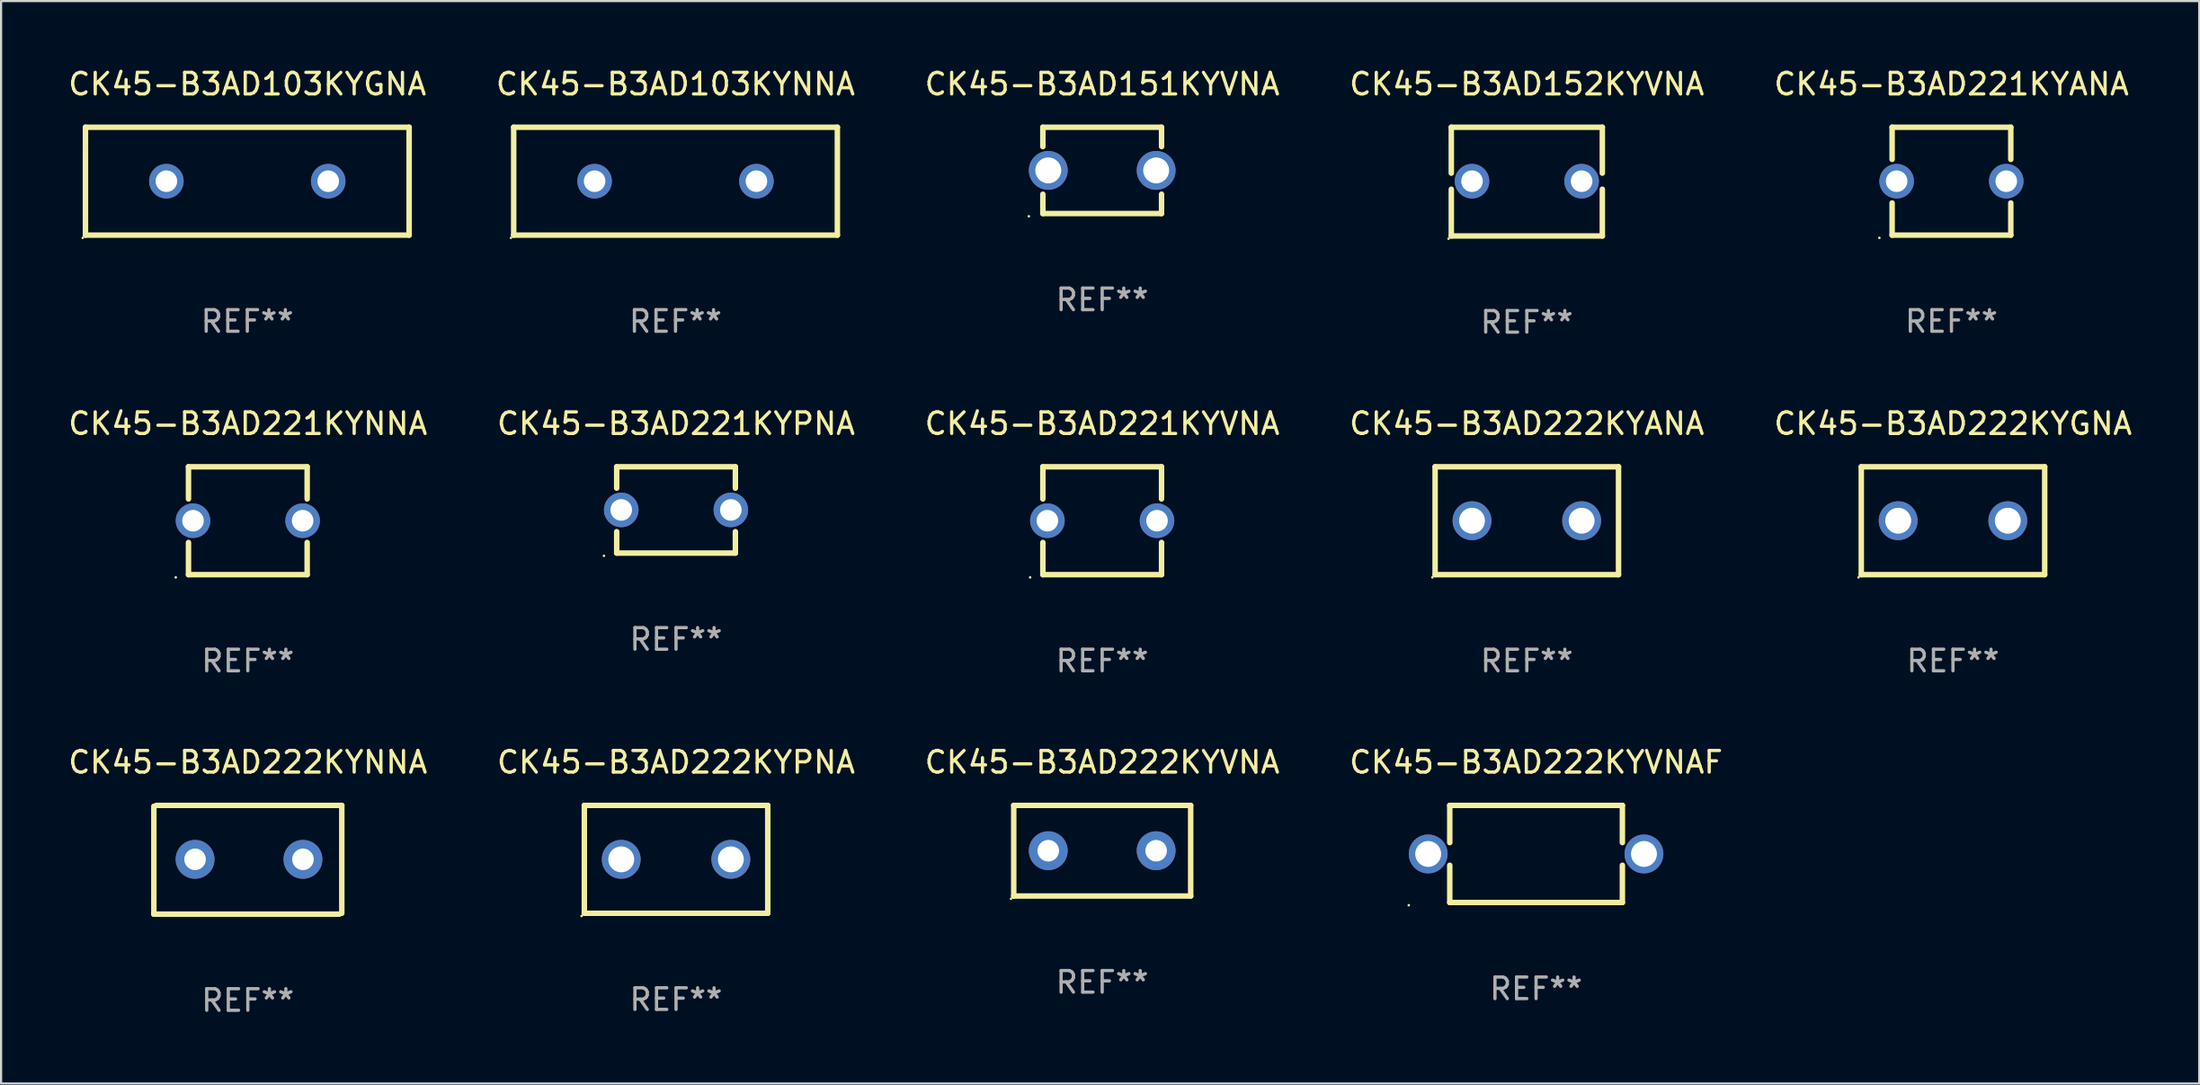
<source format=kicad_pcb>
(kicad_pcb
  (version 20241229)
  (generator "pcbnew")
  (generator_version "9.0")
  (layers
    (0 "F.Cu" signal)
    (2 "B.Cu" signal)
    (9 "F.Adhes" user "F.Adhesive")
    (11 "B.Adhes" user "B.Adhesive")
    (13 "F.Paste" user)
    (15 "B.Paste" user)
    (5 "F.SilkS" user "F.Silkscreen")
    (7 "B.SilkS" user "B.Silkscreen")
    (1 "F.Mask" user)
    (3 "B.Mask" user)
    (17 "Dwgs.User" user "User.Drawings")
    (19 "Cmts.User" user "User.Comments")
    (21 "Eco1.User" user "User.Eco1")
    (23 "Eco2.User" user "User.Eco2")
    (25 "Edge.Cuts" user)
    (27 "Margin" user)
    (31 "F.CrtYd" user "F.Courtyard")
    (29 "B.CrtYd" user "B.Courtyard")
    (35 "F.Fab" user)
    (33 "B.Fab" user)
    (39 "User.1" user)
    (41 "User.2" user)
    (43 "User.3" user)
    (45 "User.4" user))
  (footprint "CK45-B3AD222KYPNA"
    (layer "F.Cu")
    (at 28.28 36.781)
    (property "Reference" "CK45-B3AD222KYPNA" (at 0 -4.5 0) (layer "F.SilkS") (effects (font (size 1 1) (thickness 0.15))))
    (attr through_hole)
    (fp_line (start -4.25 -2.5) (end 4.25 -2.5) (stroke (width 0.254) (type solid)) (layer "F.SilkS"))
    (fp_line (start -4.25 2.5) (end -4.25 -2.5) (stroke (width 0.254) (type solid)) (layer "F.SilkS"))
    (fp_line (start 4.25 -2.5) (end 4.25 2.5) (stroke (width 0.254) (type solid)) (layer "F.SilkS"))
    (fp_line (start 4.25 2.5) (end -4.25 2.5) (stroke (width 0.254) (type solid)) (layer "F.SilkS"))
    (fp_circle (center -4.377 2.627) (end -4.347 2.627) (stroke (width 0.06) (type solid)) (fill no) (layer "F.SilkS"))
    (fp_text user "REF**" (at 0 6.5 0) (layer "F.Fab") (effects (font (size 1 1) (thickness 0.15))))
    (pad "1" thru_hole circle (at -2.54 0) (size 1.8 1.8) (drill 1.2) (layers "*.Cu" "*.Mask"))
    (pad "2" thru_hole circle (at 2.54 0) (size 1.8 1.8) (drill 1.2) (layers "*.Cu" "*.Mask")))
  (footprint "CK45-B3AD222KYVNAF"
    (layer "F.Cu")
    (at 68.137 36.531)
    (property "Reference" "CK45-B3AD222KYVNAF" (at 0 -4.25 0) (layer "F.SilkS") (effects (font (size 1 1) (thickness 0.15))))
    (attr through_hole)
    (fp_line (start -4 -2.25) (end -4 -0.526) (stroke (width 0.254) (type solid)) (layer "F.SilkS"))
    (fp_line (start -4 -2.25) (end 4 -2.25) (stroke (width 0.254) (type solid)) (layer "F.SilkS"))
    (fp_line (start -4 0.526) (end -4 2.25) (stroke (width 0.254) (type solid)) (layer "F.SilkS"))
    (fp_line (start 4 -2.25) (end 4 -0.526) (stroke (width 0.254) (type solid)) (layer "F.SilkS"))
    (fp_line (start 4 0.526) (end 4 2.25) (stroke (width 0.254) (type solid)) (layer "F.SilkS"))
    (fp_line (start 4 2.25) (end -4 2.25) (stroke (width 0.254) (type solid)) (layer "F.SilkS"))
    (fp_circle (center -5.9 2.377) (end -5.87 2.377) (stroke (width 0.06) (type solid)) (fill no) (layer "F.SilkS"))
    (fp_text user "REF**" (at 0 6.25 0) (layer "F.Fab") (effects (font (size 1 1) (thickness 0.15))))
    (pad "1" thru_hole circle (at -5 0) (size 1.8 1.8) (drill 1.2) (layers "*.Cu" "*.Mask"))
    (pad "2" thru_hole circle (at 5 0) (size 1.8 1.8) (drill 1.2) (layers "*.Cu" "*.Mask")))
  (footprint "CK45-B3AD221KYPNA"
    (layer "F.Cu")
    (at 28.28 20.585)
    (property "Reference" "CK45-B3AD221KYPNA" (at 0 -4 0) (layer "F.SilkS") (effects (font (size 1 1) (thickness 0.15))))
    (attr through_hole)
    (fp_line (start -2.75 -2) (end -2.75 -1.009) (stroke (width 0.254) (type solid)) (layer "F.SilkS"))
    (fp_line (start -2.75 -2) (end 2.75 -2) (stroke (width 0.254) (type solid)) (layer "F.SilkS"))
    (fp_line (start -2.75 1.009) (end -2.75 2) (stroke (width 0.254) (type solid)) (layer "F.SilkS"))
    (fp_line (start 2.75 2) (end -2.75 2) (stroke (width 0.254) (type solid)) (layer "F.SilkS"))
    (fp_line (start 2.75 -2) (end 2.75 -1.009) (stroke (width 0.254) (type solid)) (layer "F.SilkS"))
    (fp_line (start 2.75 1.009) (end 2.75 2) (stroke (width 0.254) (type solid)) (layer "F.SilkS"))
    (fp_circle (center -3.34 2.127) (end -3.31 2.127) (stroke (width 0.06) (type solid)) (fill no) (layer "F.SilkS"))
    (fp_text user "REF**" (at 0 6 0) (layer "F.Fab") (effects (font (size 1 1) (thickness 0.15))))
    (pad "1" thru_hole circle (at -2.54 0) (size 1.6 1.6) (drill 1) (layers "*.Cu" "*.Mask"))
    (pad "2" thru_hole circle (at 2.54 0) (size 1.6 1.6) (drill 1) (layers "*.Cu" "*.Mask")))
  (footprint "CK45-B3AD222KYNNA"
    (layer "F.Cu")
    (at 8.435 36.801)
    (property "Reference" "CK45-B3AD222KYNNA" (at 0 -4.52 0) (layer "F.SilkS") (effects (font (size 1 1) (thickness 0.15))))
    (attr through_hole)
    (fp_line (start -4.355 2.52) (end -4.355 -2.48) (stroke (width 0.254) (type solid)) (layer "F.SilkS"))
    (fp_line (start -4.246 -2.52) (end 4.355 -2.52) (stroke (width 0.254) (type solid)) (layer "F.SilkS"))
    (fp_line (start 4.246 2.52) (end -4.355 2.52) (stroke (width 0.254) (type solid)) (layer "F.SilkS"))
    (fp_line (start 4.355 -2.52) (end 4.355 2.48) (stroke (width 0.254) (type solid)) (layer "F.SilkS"))
    (fp_circle (center -4.195 2.48) (end -4.165 2.48) (stroke (width 0.06) (type solid)) (fill no) (layer "F.SilkS"))
    (fp_text user "REF**" (at 0 6.52 0) (layer "F.Fab") (effects (font (size 1 1) (thickness 0.15))))
    (pad "1" thru_hole circle (at -2.445 -0.02) (size 1.8 1.8) (drill 1) (layers "*.Cu" "*.Mask"))
    (pad "2" thru_hole circle (at 2.555 -0.02) (size 1.8 1.8) (drill 1) (layers "*.Cu" "*.Mask")))
  (footprint "CK45-B3AD103KYGNA"
    (layer "F.Cu")
    (at 8.411 5.348)
    (property "Reference" "CK45-B3AD103KYGNA" (at 0 -4.5 0) (layer "F.SilkS") (effects (font (size 1 1) (thickness 0.15))))
    (attr through_hole)
    (fp_line (start -7.5 -2.5) (end 7.5 -2.5) (stroke (width 0.254) (type solid)) (layer "F.SilkS"))
    (fp_line (start -7.5 2.5) (end -7.5 -2.5) (stroke (width 0.254) (type solid)) (layer "F.SilkS"))
    (fp_line (start 7.5 -2.5) (end 7.5 2.5) (stroke (width 0.254) (type solid)) (layer "F.SilkS"))
    (fp_line (start 7.5 2.5) (end -7.5 2.5) (stroke (width 0.254) (type solid)) (layer "F.SilkS"))
    (fp_circle (center -7.627 2.627) (end -7.597 2.627) (stroke (width 0.06) (type solid)) (fill no) (layer "F.SilkS"))
    (fp_text user "REF**" (at 0 6.5 0) (layer "F.Fab") (effects (font (size 1 1) (thickness 0.15))))
    (pad "1" thru_hole circle (at -3.75 0) (size 1.6 1.6) (drill 1) (layers "*.Cu" "*.Mask"))
    (pad "2" thru_hole circle (at 3.75 0) (size 1.6 1.6) (drill 1) (layers "*.Cu" "*.Mask")))
  (footprint "CK45-B3AD221KYANA"
    (layer "F.Cu")
    (at 87.387 5.348)
    (property "Reference" "CK45-B3AD221KYANA" (at 0 -4.5 0) (layer "F.SilkS") (effects (font (size 1 1) (thickness 0.15))))
    (attr through_hole)
    (fp_line (start -2.75 -2.5) (end 2.75 -2.5) (stroke (width 0.254) (type solid)) (layer "F.SilkS"))
    (fp_line (start -2.75 -1.009) (end -2.75 -2.5) (stroke (width 0.254) (type solid)) (layer "F.SilkS"))
    (fp_line (start -2.75 2.5) (end -2.75 1.009) (stroke (width 0.254) (type solid)) (layer "F.SilkS"))
    (fp_line (start 2.75 -2.5) (end 2.75 -1.009) (stroke (width 0.254) (type solid)) (layer "F.SilkS"))
    (fp_line (start 2.75 1.009) (end 2.75 2.5) (stroke (width 0.254) (type solid)) (layer "F.SilkS"))
    (fp_line (start 2.75 2.5) (end -2.75 2.5) (stroke (width 0.254) (type solid)) (layer "F.SilkS"))
    (fp_circle (center -3.34 2.627) (end -3.31 2.627) (stroke (width 0.06) (type solid)) (fill no) (layer "F.SilkS"))
    (fp_text user "REF**" (at 0 6.5 0) (layer "F.Fab") (effects (font (size 1 1) (thickness 0.15))))
    (pad "1" thru_hole circle (at -2.54 0) (size 1.6 1.6) (drill 1) (layers "*.Cu" "*.Mask"))
    (pad "2" thru_hole circle (at 2.54 0) (size 1.6 1.6) (drill 1) (layers "*.Cu" "*.Mask")))
  (footprint "CK45-B3AD103KYNNA"
    (layer "F.Cu")
    (at 28.256 5.348)
    (property "Reference" "CK45-B3AD103KYNNA" (at 0 -4.5 0) (layer "F.SilkS") (effects (font (size 1 1) (thickness 0.15))))
    (attr through_hole)
    (fp_line (start -7.5 -2.5) (end 7.5 -2.5) (stroke (width 0.254) (type solid)) (layer "F.SilkS"))
    (fp_line (start -7.5 2.5) (end -7.5 -2.5) (stroke (width 0.254) (type solid)) (layer "F.SilkS"))
    (fp_line (start 7.5 -2.5) (end 7.5 2.5) (stroke (width 0.254) (type solid)) (layer "F.SilkS"))
    (fp_line (start 7.5 2.5) (end -7.5 2.5) (stroke (width 0.254) (type solid)) (layer "F.SilkS"))
    (fp_circle (center -7.627 2.627) (end -7.597 2.627) (stroke (width 0.06) (type solid)) (fill no) (layer "F.SilkS"))
    (fp_text user "REF**" (at 0 6.5 0) (layer "F.Fab") (effects (font (size 1 1) (thickness 0.15))))
    (pad "1" thru_hole circle (at -3.75 0) (size 1.6 1.6) (drill 1) (layers "*.Cu" "*.Mask"))
    (pad "2" thru_hole circle (at 3.75 0) (size 1.6 1.6) (drill 1) (layers "*.Cu" "*.Mask")))
  (footprint "CK45-B3AD151KYVNA"
    (layer "F.Cu")
    (at 48.03 4.848)
    (property "Reference" "CK45-B3AD151KYVNA" (at 0 -4 0) (layer "F.SilkS") (effects (font (size 1 1) (thickness 0.15))))
    (attr through_hole)
    (fp_line (start -2.75 -2) (end -2.75 -1.103) (stroke (width 0.254) (type solid)) (layer "F.SilkS"))
    (fp_line (start -2.75 -2) (end 2.75 -2) (stroke (width 0.254) (type solid)) (layer "F.SilkS"))
    (fp_line (start -2.75 1.103) (end -2.75 2) (stroke (width 0.254) (type solid)) (layer "F.SilkS"))
    (fp_line (start 2.75 -2) (end 2.75 -1.103) (stroke (width 0.254) (type solid)) (layer "F.SilkS"))
    (fp_line (start 2.75 1.103) (end 2.75 2) (stroke (width 0.254) (type solid)) (layer "F.SilkS"))
    (fp_line (start 2.75 2) (end -2.75 2) (stroke (width 0.254) (type solid)) (layer "F.SilkS"))
    (fp_circle (center -3.4 2.127) (end -3.37 2.127) (stroke (width 0.06) (type solid)) (fill no) (layer "F.SilkS"))
    (fp_text user "REF**" (at 0 6 0) (layer "F.Fab") (effects (font (size 1 1) (thickness 0.15))))
    (pad "1" thru_hole circle (at -2.5 0) (size 1.8 1.8) (drill 1.2) (layers "*.Cu" "*.Mask"))
    (pad "2" thru_hole circle (at 2.5 0) (size 1.8 1.8) (drill 1.2) (layers "*.Cu" "*.Mask")))
  (footprint "CK45-B3AD222KYANA"
    (layer "F.Cu")
    (at 67.708 21.085)
    (property "Reference" "CK45-B3AD222KYANA" (at 0 -4.5 0) (layer "F.SilkS") (effects (font (size 1 1) (thickness 0.15))))
    (attr through_hole)
    (fp_line (start -4.25 -2.5) (end 4.25 -2.5) (stroke (width 0.254) (type solid)) (layer "F.SilkS"))
    (fp_line (start -4.25 2.5) (end -4.25 -2.5) (stroke (width 0.254) (type solid)) (layer "F.SilkS"))
    (fp_line (start 4.25 -2.5) (end 4.25 2.5) (stroke (width 0.254) (type solid)) (layer "F.SilkS"))
    (fp_line (start 4.25 2.5) (end -4.25 2.5) (stroke (width 0.254) (type solid)) (layer "F.SilkS"))
    (fp_circle (center -4.377 2.627) (end -4.347 2.627) (stroke (width 0.06) (type solid)) (fill no) (layer "F.SilkS"))
    (fp_text user "REF**" (at 0 6.5 0) (layer "F.Fab") (effects (font (size 1 1) (thickness 0.15))))
    (pad "1" thru_hole circle (at -2.54 0) (size 1.8 1.8) (drill 1.2) (layers "*.Cu" "*.Mask"))
    (pad "2" thru_hole circle (at 2.54 0) (size 1.8 1.8) (drill 1.2) (layers "*.Cu" "*.Mask")))
  (footprint "CK45-B3AD221KYVNA"
    (layer "F.Cu")
    (at 48.03 21.085)
    (property "Reference" "CK45-B3AD221KYVNA" (at 0 -4.5 0) (layer "F.SilkS") (effects (font (size 1 1) (thickness 0.15))))
    (attr through_hole)
    (fp_line (start -2.75 -2.5) (end 2.75 -2.5) (stroke (width 0.254) (type solid)) (layer "F.SilkS"))
    (fp_line (start -2.75 -1.009) (end -2.75 -2.5) (stroke (width 0.254) (type solid)) (layer "F.SilkS"))
    (fp_line (start -2.75 2.5) (end -2.75 1.009) (stroke (width 0.254) (type solid)) (layer "F.SilkS"))
    (fp_line (start 2.75 -2.5) (end 2.75 -1.009) (stroke (width 0.254) (type solid)) (layer "F.SilkS"))
    (fp_line (start 2.75 1.009) (end 2.75 2.5) (stroke (width 0.254) (type solid)) (layer "F.SilkS"))
    (fp_line (start 2.75 2.5) (end -2.75 2.5) (stroke (width 0.254) (type solid)) (layer "F.SilkS"))
    (fp_circle (center -3.34 2.627) (end -3.31 2.627) (stroke (width 0.06) (type solid)) (fill no) (layer "F.SilkS"))
    (fp_text user "REF**" (at 0 6.5 0) (layer "F.Fab") (effects (font (size 1 1) (thickness 0.15))))
    (pad "1" thru_hole circle (at -2.54 0) (size 1.6 1.6) (drill 1) (layers "*.Cu" "*.Mask"))
    (pad "2" thru_hole circle (at 2.54 0) (size 1.6 1.6) (drill 1) (layers "*.Cu" "*.Mask")))
  (footprint "CK45-B3AD221KYNNA"
    (layer "F.Cu")
    (at 8.435 21.085)
    (property "Reference" "CK45-B3AD221KYNNA" (at 0 -4.5 0) (layer "F.SilkS") (effects (font (size 1 1) (thickness 0.15))))
    (attr through_hole)
    (fp_line (start -2.75 -2.5) (end 2.75 -2.5) (stroke (width 0.254) (type solid)) (layer "F.SilkS"))
    (fp_line (start -2.75 -1.009) (end -2.75 -2.5) (stroke (width 0.254) (type solid)) (layer "F.SilkS"))
    (fp_line (start -2.75 2.5) (end -2.75 1.009) (stroke (width 0.254) (type solid)) (layer "F.SilkS"))
    (fp_line (start 2.75 -2.5) (end 2.75 -1.009) (stroke (width 0.254) (type solid)) (layer "F.SilkS"))
    (fp_line (start 2.75 1.009) (end 2.75 2.5) (stroke (width 0.254) (type solid)) (layer "F.SilkS"))
    (fp_line (start 2.75 2.5) (end -2.75 2.5) (stroke (width 0.254) (type solid)) (layer "F.SilkS"))
    (fp_circle (center -3.34 2.627) (end -3.31 2.627) (stroke (width 0.06) (type solid)) (fill no) (layer "F.SilkS"))
    (fp_text user "REF**" (at 0 6.5 0) (layer "F.Fab") (effects (font (size 1 1) (thickness 0.15))))
    (pad "1" thru_hole circle (at -2.54 0) (size 1.6 1.6) (drill 1) (layers "*.Cu" "*.Mask"))
    (pad "2" thru_hole circle (at 2.54 0) (size 1.6 1.6) (drill 1) (layers "*.Cu" "*.Mask")))
  (footprint "CK45-B3AD222KYVNA"
    (layer "F.Cu")
    (at 48.03 36.381)
    (property "Reference" "CK45-B3AD222KYVNA" (at 0 -4.1 0) (layer "F.SilkS") (effects (font (size 1 1) (thickness 0.15))))
    (attr through_hole)
    (fp_line (start -4.1 -2.1) (end -4.1 2.1) (stroke (width 0.254) (type solid)) (layer "F.SilkS"))
    (fp_line (start -4.1 -2.1) (end 4.1 -2.1) (stroke (width 0.254) (type solid)) (layer "F.SilkS"))
    (fp_line (start -4.1 2.1) (end 4.1 2.1) (stroke (width 0.254) (type solid)) (layer "F.SilkS"))
    (fp_line (start 4.1 -2.1) (end 4.1 2.1) (stroke (width 0.254) (type solid)) (layer "F.SilkS"))
    (fp_circle (center -4.227 2.227) (end -4.197 2.227) (stroke (width 0.06) (type solid)) (fill no) (layer "F.SilkS"))
    (fp_text user "REF**" (at 0 6.1 0) (layer "F.Fab") (effects (font (size 1 1) (thickness 0.15))))
    (pad "1" thru_hole circle (at -2.5 0) (size 1.8 1.8) (drill 1) (layers "*.Cu" "*.Mask"))
    (pad "2" thru_hole circle (at 2.5 0) (size 1.8 1.8) (drill 1) (layers "*.Cu" "*.Mask")))
  (footprint "CK45-B3AD222KYGNA"
    (layer "F.Cu")
    (at 87.458 21.085)
    (property "Reference" "CK45-B3AD222KYGNA" (at 0 -4.5 0) (layer "F.SilkS") (effects (font (size 1 1) (thickness 0.15))))
    (attr through_hole)
    (fp_line (start -4.25 -2.5) (end 4.25 -2.5) (stroke (width 0.254) (type solid)) (layer "F.SilkS"))
    (fp_line (start -4.25 2.5) (end -4.25 -2.5) (stroke (width 0.254) (type solid)) (layer "F.SilkS"))
    (fp_line (start 4.25 -2.5) (end 4.25 2.5) (stroke (width 0.254) (type solid)) (layer "F.SilkS"))
    (fp_line (start 4.25 2.5) (end -4.25 2.5) (stroke (width 0.254) (type solid)) (layer "F.SilkS"))
    (fp_circle (center -4.377 2.627) (end -4.347 2.627) (stroke (width 0.06) (type solid)) (fill no) (layer "F.SilkS"))
    (fp_text user "REF**" (at 0 6.5 0) (layer "F.Fab") (effects (font (size 1 1) (thickness 0.15))))
    (pad "1" thru_hole circle (at -2.54 0) (size 1.8 1.8) (drill 1.2) (layers "*.Cu" "*.Mask"))
    (pad "2" thru_hole circle (at 2.54 0) (size 1.8 1.8) (drill 1.2) (layers "*.Cu" "*.Mask")))
  (footprint "CK45-B3AD152KYVNA"
    (layer "F.Cu")
    (at 67.708 5.368)
    (property "Reference" "CK45-B3AD152KYVNA" (at 0 -4.52 0) (layer "F.SilkS") (effects (font (size 1 1) (thickness 0.15))))
    (attr through_hole)
    (fp_line (start -3.5 -2.52) (end -3.5 -0.392) (stroke (width 0.254) (type solid)) (layer "F.SilkS"))
    (fp_line (start -3.5 -2.52) (end 3.5 -2.52) (stroke (width 0.254) (type solid)) (layer "F.SilkS"))
    (fp_line (start -3.5 0.352) (end -3.5 2.52) (stroke (width 0.254) (type solid)) (layer "F.SilkS"))
    (fp_line (start 3.5 -2.52) (end 3.5 -0.392) (stroke (width 0.254) (type solid)) (layer "F.SilkS"))
    (fp_line (start 3.5 0.352) (end 3.5 2.52) (stroke (width 0.254) (type solid)) (layer "F.SilkS"))
    (fp_line (start 3.5 2.52) (end -3.5 2.52) (stroke (width 0.254) (type solid)) (layer "F.SilkS"))
    (fp_circle (center -3.627 2.647) (end -3.597 2.647) (stroke (width 0.06) (type solid)) (fill no) (layer "F.SilkS"))
    (fp_text user "REF**" (at 0 6.52 0) (layer "F.Fab") (effects (font (size 1 1) (thickness 0.15))))
    (pad "1" thru_hole circle (at -2.54 -0.02) (size 1.6 1.6) (drill 1) (layers "*.Cu" "*.Mask"))
    (pad "2" thru_hole circle (at 2.54 -0.02) (size 1.6 1.6) (drill 1) (layers "*.Cu" "*.Mask")))
  (gr_rect
    (start -3 -3)
    (end 98.869 47.17)
    (stroke (width 0.1) (type default))
    (fill no)
    (layer "Edge.Cuts")))
</source>
